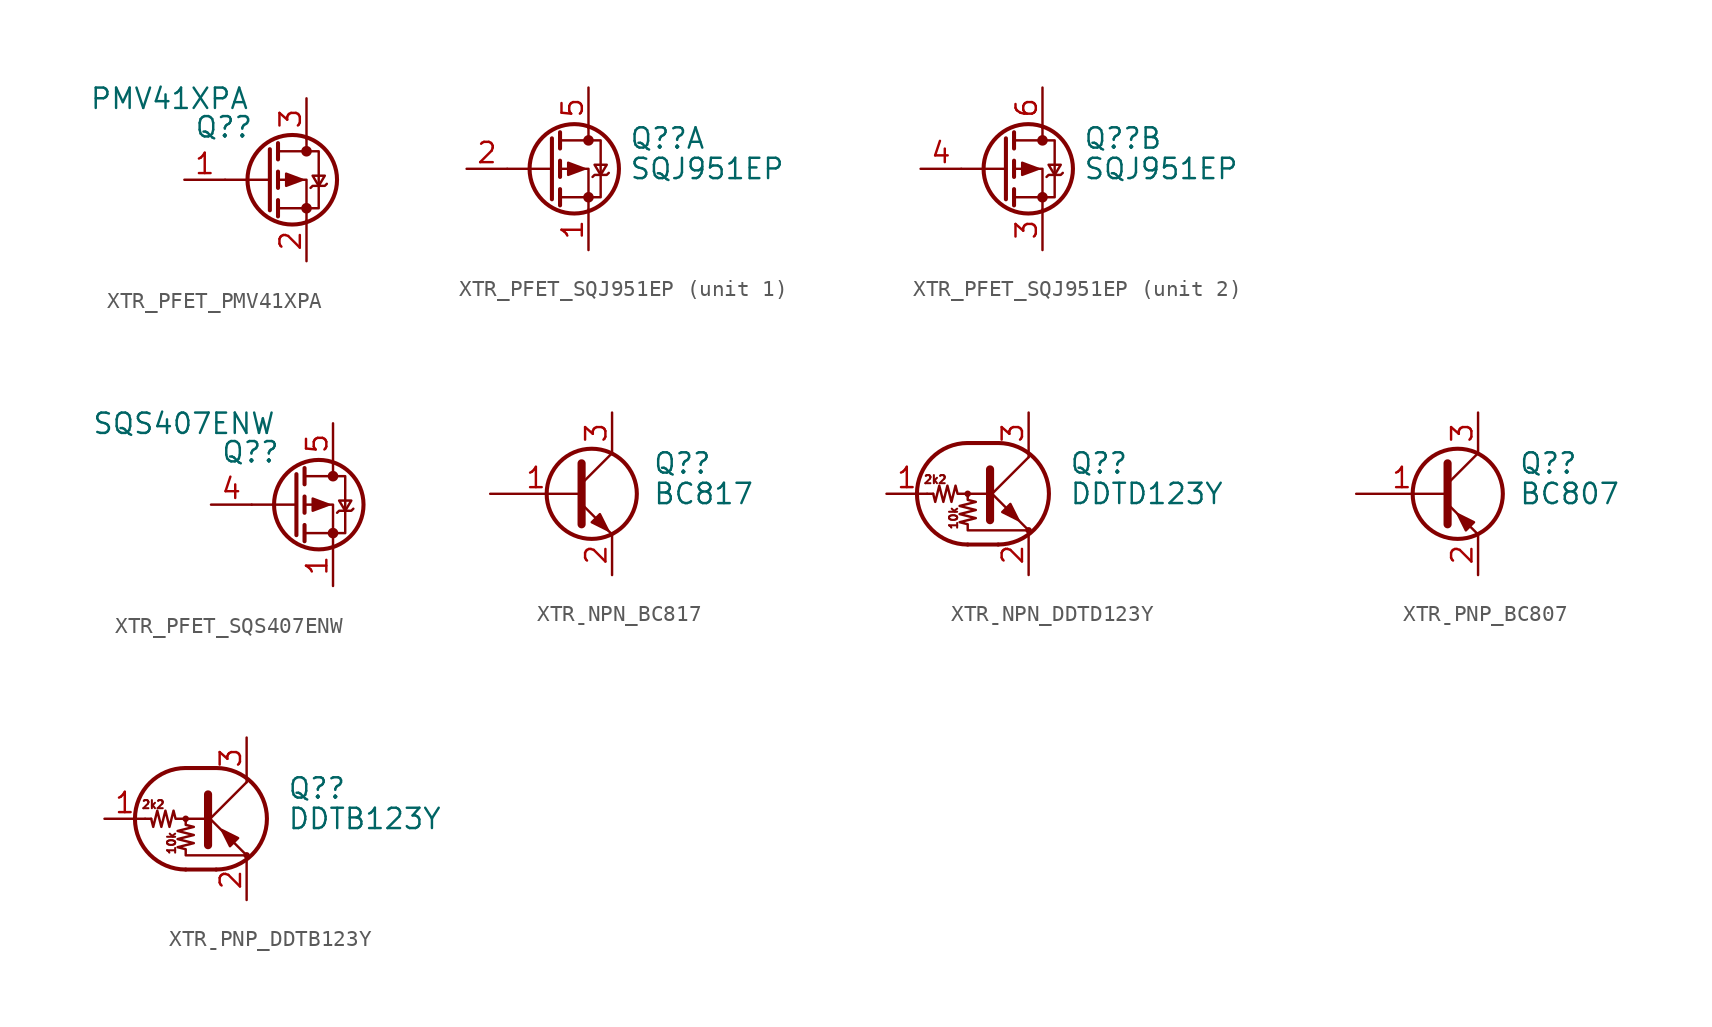
<source format=kicad_sym>
(kicad_symbol_lib
  (version 20231120)
  (generator "kicad_symbol_editor")
  (generator_version "8.0")
  (symbol "XTR_PFET_PMV41XPA"
    (pin_names hide)
    (property "Reference" "Q?"
      (at -0.762 2.54 0)
      (effects (font (size 1.27 1.27)) (justify right bottom)))
    (property "Value" "PMV41XPA"
      (at -1.016 4.318 0)
      (effects (font (size 1.27 1.27)) (justify right bottom)))
    (symbol "XTR_PFET_PMV41XPA_0_1"
      (polyline (pts (xy 0.254 0) (xy -2.54 0)) (stroke (width 0) (type default)) (fill (type none)))
      (polyline (pts (xy 0.254 1.905) (xy 0.254 -1.905)) (stroke (width 0.254) (type default)) (fill (type none)))
      (polyline (pts (xy 0.762 -1.27) (xy 0.762 -2.286)) (stroke (width 0.254) (type default)) (fill (type none)))
      (polyline (pts (xy 0.762 0.508) (xy 0.762 -0.508)) (stroke (width 0.254) (type default)) (fill (type none)))
      (polyline (pts (xy 0.762 2.286) (xy 0.762 1.27)) (stroke (width 0.254) (type default)) (fill (type none)))
      (polyline (pts (xy 2.54 2.54) (xy 2.54 1.778)) (stroke (width 0) (type default)) (fill (type none)))
      (polyline (pts (xy 2.54 -2.54) (xy 2.54 0) (xy 0.762 0)) (stroke (width 0) (type default)) (fill (type none)))
      (polyline (pts (xy 0.762 1.778) (xy 3.302 1.778) (xy 3.302 -1.778) (xy 0.762 -1.778)) (stroke (width 0) (type default)) (fill (type none)))
      (polyline (pts (xy 2.286 0) (xy 1.27 0.381) (xy 1.27 -0.381) (xy 2.286 0)) (stroke (width 0) (type default)) (fill (type outline)))
      (polyline (pts (xy 2.794 -0.508) (xy 2.921 -0.381) (xy 3.683 -0.381) (xy 3.81 -0.254)) (stroke (width 0) (type default)) (fill (type none)))
      (polyline (pts (xy 3.302 -0.381) (xy 2.921 0.254) (xy 3.683 0.254) (xy 3.302 -0.381)) (stroke (width 0) (type default)) (fill (type none)))
      (circle (center 1.651 0) (radius 2.794) (stroke (width 0.254) (type default)) (fill (type none)))
      (circle (center 2.54 -1.778) (radius 0.254) (stroke (width 0) (type default)) (fill (type outline)))
      (circle (center 2.54 1.778) (radius 0.254) (stroke (width 0) (type default)) (fill (type outline))))
    (symbol "XTR_PFET_PMV41XPA_1_1"
      (pin input line (at -5.08 0 0) (length 2.54) (name "G" (effects (font (size 1.27 1.27)))) (number "1" (effects (font (size 1.27 1.27)))))
      (pin passive line (at 2.54 -5.08 90) (length 2.54) (name "S" (effects (font (size 1.27 1.27)))) (number "2" (effects (font (size 1.27 1.27)))))
      (pin passive line (at 2.54 5.08 270) (length 2.54) (name "D" (effects (font (size 1.27 1.27)))) (number "3" (effects (font (size 1.27 1.27)))))))
  (symbol "XTR_PFET_SQJ951EP"
    (pin_names hide)
    (property "Reference" "Q?"
      (at 5.08 1.905 0)
      (effects (font (size 1.27 1.27)) (justify left)))
    (property "Value" "SQJ951EP"
      (at 5.08 0 0)
      (effects (font (size 1.27 1.27)) (justify left)))
    (symbol "XTR_PFET_SQJ951EP_0_1"
      (polyline (pts (xy 0.254 0) (xy -2.54 0)) (stroke (width 0) (type default)) (fill (type none)))
      (polyline (pts (xy 0.254 1.905) (xy 0.254 -1.905)) (stroke (width 0.254) (type default)) (fill (type none)))
      (polyline (pts (xy 0.762 -1.27) (xy 0.762 -2.286)) (stroke (width 0.254) (type default)) (fill (type none)))
      (polyline (pts (xy 0.762 0.508) (xy 0.762 -0.508)) (stroke (width 0.254) (type default)) (fill (type none)))
      (polyline (pts (xy 0.762 2.286) (xy 0.762 1.27)) (stroke (width 0.254) (type default)) (fill (type none)))
      (polyline (pts (xy 2.54 2.54) (xy 2.54 1.778)) (stroke (width 0) (type default)) (fill (type none)))
      (polyline (pts (xy 2.54 -2.54) (xy 2.54 0) (xy 0.762 0)) (stroke (width 0) (type default)) (fill (type none)))
      (polyline (pts (xy 0.762 1.778) (xy 3.302 1.778) (xy 3.302 -1.778) (xy 0.762 -1.778)) (stroke (width 0) (type default)) (fill (type none)))
      (polyline (pts (xy 2.286 0) (xy 1.27 0.381) (xy 1.27 -0.381) (xy 2.286 0)) (stroke (width 0) (type default)) (fill (type outline)))
      (polyline (pts (xy 2.794 -0.508) (xy 2.921 -0.381) (xy 3.683 -0.381) (xy 3.81 -0.254)) (stroke (width 0) (type default)) (fill (type none)))
      (polyline (pts (xy 3.302 -0.381) (xy 2.921 0.254) (xy 3.683 0.254) (xy 3.302 -0.381)) (stroke (width 0) (type default)) (fill (type none)))
      (circle (center 1.651 0) (radius 2.794) (stroke (width 0.254) (type default)) (fill (type none)))
      (circle (center 2.54 -1.778) (radius 0.254) (stroke (width 0) (type default)) (fill (type outline)))
      (circle (center 2.54 1.778) (radius 0.254) (stroke (width 0) (type default)) (fill (type outline))))
    (symbol "XTR_PFET_SQJ951EP_1_1"
      (pin passive line (at 2.54 -5.08 90) (length 2.54) (name "S1" (effects (font (size 1.27 1.27)))) (number "1" (effects (font (size 1.27 1.27)))))
      (pin input line (at -5.08 0 0) (length 2.54) (name "G1" (effects (font (size 1.27 1.27)))) (number "2" (effects (font (size 1.27 1.27)))))
      (pin passive line (at 2.54 5.08 270) (length 2.54) (name "D1" (effects (font (size 1.27 1.27)))) (number "5" (effects (font (size 1.27 1.27))))))
    (symbol "XTR_PFET_SQJ951EP_2_1"
      (pin passive line (at 2.54 -5.08 90) (length 2.54) (name "S2" (effects (font (size 1.27 1.27)))) (number "3" (effects (font (size 1.27 1.27)))))
      (pin input line (at -5.08 0 0) (length 2.54) (name "G2" (effects (font (size 1.27 1.27)))) (number "4" (effects (font (size 1.27 1.27)))))
      (pin passive line (at 2.54 5.08 270) (length 2.54) (name "D2" (effects (font (size 1.27 1.27)))) (number "6" (effects (font (size 1.27 1.27)))))))
  (symbol "XTR_PFET_SQS407ENW"
    (pin_names hide)
    (property "Reference" "Q?"
      (at -0.762 2.54 0)
      (effects (font (size 1.27 1.27)) (justify right bottom)))
    (property "Value" "SQS407ENW"
      (at -1.016 4.318 0)
      (effects (font (size 1.27 1.27)) (justify right bottom)))
    (symbol "XTR_PFET_SQS407ENW_0_1"
      (polyline (pts (xy 0.254 0) (xy -2.54 0)) (stroke (width 0) (type default)) (fill (type none)))
      (polyline (pts (xy 0.254 1.905) (xy 0.254 -1.905)) (stroke (width 0.254) (type default)) (fill (type none)))
      (polyline (pts (xy 0.762 -1.27) (xy 0.762 -2.286)) (stroke (width 0.254) (type default)) (fill (type none)))
      (polyline (pts (xy 0.762 0.508) (xy 0.762 -0.508)) (stroke (width 0.254) (type default)) (fill (type none)))
      (polyline (pts (xy 0.762 2.286) (xy 0.762 1.27)) (stroke (width 0.254) (type default)) (fill (type none)))
      (polyline (pts (xy 2.54 2.54) (xy 2.54 1.778)) (stroke (width 0) (type default)) (fill (type none)))
      (polyline (pts (xy 2.54 -2.54) (xy 2.54 0) (xy 0.762 0)) (stroke (width 0) (type default)) (fill (type none)))
      (polyline (pts (xy 0.762 1.778) (xy 3.302 1.778) (xy 3.302 -1.778) (xy 0.762 -1.778)) (stroke (width 0) (type default)) (fill (type none)))
      (polyline (pts (xy 2.286 0) (xy 1.27 0.381) (xy 1.27 -0.381) (xy 2.286 0)) (stroke (width 0) (type default)) (fill (type outline)))
      (polyline (pts (xy 2.794 -0.508) (xy 2.921 -0.381) (xy 3.683 -0.381) (xy 3.81 -0.254)) (stroke (width 0) (type default)) (fill (type none)))
      (polyline (pts (xy 3.302 -0.381) (xy 2.921 0.254) (xy 3.683 0.254) (xy 3.302 -0.381)) (stroke (width 0) (type default)) (fill (type none)))
      (circle (center 1.651 0) (radius 2.794) (stroke (width 0.254) (type default)) (fill (type none)))
      (circle (center 2.54 -1.778) (radius 0.254) (stroke (width 0) (type default)) (fill (type outline)))
      (circle (center 2.54 1.778) (radius 0.254) (stroke (width 0) (type default)) (fill (type outline))))
    (symbol "XTR_PFET_SQS407ENW_1_1"
      (pin input line (at 2.54 -5.08 90) (length 2.54) (name "G" (effects (font (size 1.27 1.27)))) (number "1" (effects (font (size 1.27 1.27)))))
      (pin passive line (at 2.54 -5.08 90) (length 2.54) hide (name "S" (effects (font (size 1.27 1.27)))) (number "2" (effects (font (size 1.27 1.27)))))
      (pin input line (at 2.54 -5.08 90) (length 2.54) hide (name "G" (effects (font (size 1.27 1.27)))) (number "3" (effects (font (size 1.27 1.27)))))
      (pin input line (at -5.08 0 0) (length 2.54) (name "G" (effects (font (size 1.27 1.27)))) (number "4" (effects (font (size 1.27 1.27)))))
      (pin passive line (at 2.54 5.08 270) (length 2.54) (name "D" (effects (font (size 1.27 1.27)))) (number "5" (effects (font (size 1.27 1.27)))))))
  (symbol "XTRˍNPN_BC817"
    (pin_names
      (offset 0) hide)
    (property "Reference" "Q?"
      (at 5.08 1.905 0)
      (effects (font (size 1.27 1.27)) (justify left)))
    (property "Value" "BC817"
      (at 5.08 0 0)
      (effects (font (size 1.27 1.27)) (justify left)))
    (symbol "XTRˍNPN_BC817_0_1"
      (polyline (pts (xy 0.635 0.635) (xy 2.54 2.54)) (stroke (width 0) (type default)) (fill (type none)))
      (polyline (pts (xy 0.635 -0.635) (xy 2.54 -2.54) (xy 2.54 -2.54)) (stroke (width 0) (type default)) (fill (type none)))
      (polyline (pts (xy 0.635 1.905) (xy 0.635 -1.905) (xy 0.635 -1.905)) (stroke (width 0.508) (type default)) (fill (type none)))
      (polyline (pts (xy 1.27 -1.778) (xy 1.778 -1.27) (xy 2.286 -2.286) (xy 1.27 -1.778) (xy 1.27 -1.778)) (stroke (width 0) (type default)) (fill (type outline)))
      (circle (center 1.27 0) (radius 2.819) (stroke (width 0.254) (type default)) (fill (type none))))
    (symbol "XTRˍNPN_BC817_1_1"
      (pin input line (at -5.08 0 0) (length 5.715) (name "B" (effects (font (size 1.27 1.27)))) (number "1" (effects (font (size 1.27 1.27)))))
      (pin passive line (at 2.54 -5.08 90) (length 2.54) (name "E" (effects (font (size 1.27 1.27)))) (number "2" (effects (font (size 1.27 1.27)))))
      (pin passive line (at 2.54 5.08 270) (length 2.54) (name "C" (effects (font (size 1.27 1.27)))) (number "3" (effects (font (size 1.27 1.27)))))))
  (symbol "XTRˍNPN_DDTD123Y"
    (pin_names
      (offset 0) hide)
    (property "Reference" "Q?"
      (at 5.08 1.905 0)
      (effects (font (size 1.27 1.27)) (justify left)))
    (property "Value" "DDTD123Y"
      (at 5.08 0 0)
      (effects (font (size 1.27 1.27)) (justify left)))
    (symbol "XTRˍNPN_DDTD123Y_0_0"
      (text "10k" (at -2.159 -1.524 900) (effects (font (size 0.508 0.508))))
      (text "2k2" (at -3.302 0.889 0) (effects (font (size 0.508 0.508)))))
    (symbol "XTRˍNPN_DDTD123Y_0_1"
      (circle (center -1.27 0) (radius 0.127) (stroke (width 0) (type default)) (fill (type none)))
      (arc (start -1.27 3.175) (mid -4.4312 0) (end -1.27 -3.175) (stroke (width 0.254) (type default)) (fill (type none)))
      (polyline (pts (xy -3.429 0) (xy -3.81 0)) (stroke (width 0) (type default)) (fill (type none)))
      (polyline (pts (xy -1.27 -3.175) (xy 0.635 -3.175)) (stroke (width 0.254) (type default)) (fill (type none)))
      (polyline (pts (xy -1.27 3.175) (xy 0.635 3.175)) (stroke (width 0.254) (type default)) (fill (type none)))
      (polyline (pts (xy 0 -0.254) (xy 2.54 2.286)) (stroke (width 0) (type default)) (fill (type none)))
      (polyline (pts (xy 0.127 1.524) (xy 0.127 -1.651)) (stroke (width 0.508) (type default)) (fill (type outline)))
      (polyline (pts (xy 2.54 2.286) (xy 2.54 2.54)) (stroke (width 0) (type default)) (fill (type none)))
      (polyline (pts (xy 2.54 -2.286) (xy 0 0.254) (xy 0 0.254)) (stroke (width 0) (type default)) (fill (type none)))
      (polyline (pts (xy 0.889 -1.143) (xy 1.397 -0.635) (xy 1.905 -1.651) (xy 0.889 -1.143)) (stroke (width 0) (type default)) (fill (type outline)))
      (polyline (pts (xy 0 0) (xy -1.905 0) (xy -2.032 0.508) (xy -2.286 -0.508) (xy -2.54 0.508) (xy -2.794 -0.508) (xy -3.048 0.508) (xy -3.302 -0.508) (xy -3.429 0)) (stroke (width 0) (type default)) (fill (type none)))
      (polyline (pts (xy -1.27 0) (xy -1.27 -0.381) (xy -0.762 -0.508) (xy -1.778 -0.762) (xy -0.762 -1.016) (xy -1.778 -1.27) (xy -0.762 -1.524) (xy -1.778 -1.778) (xy -1.27 -1.905) (xy -1.27 -2.286) (xy 2.54 -2.286)) (stroke (width 0) (type default)) (fill (type none)))
      (arc (start 0.635 -3.175) (mid 3.7962 0) (end 0.635 3.175) (stroke (width 0.254) (type default)) (fill (type none)))
      (circle (center 2.54 -2.286) (radius 0.127) (stroke (width 0) (type default)) (fill (type none))))
    (symbol "XTRˍNPN_DDTD123Y_1_1"
      (pin input line (at -6.35 0 0) (length 2.54) (name "B" (effects (font (size 1.27 1.27)))) (number "1" (effects (font (size 1.27 1.27)))))
      (pin passive line (at 2.54 -5.08 90) (length 2.54) (name "E" (effects (font (size 1.27 1.27)))) (number "2" (effects (font (size 1.27 1.27)))))
      (pin passive line (at 2.54 5.08 270) (length 2.54) (name "C" (effects (font (size 1.27 1.27)))) (number "3" (effects (font (size 1.27 1.27)))))))
  (symbol "XTRˍPNP_BC807"
    (pin_names
      (offset 0) hide)
    (property "Reference" "Q?"
      (at 5.08 1.905 0)
      (effects (font (size 1.27 1.27)) (justify left)))
    (property "Value" "BC807"
      (at 5.08 0 0)
      (effects (font (size 1.27 1.27)) (justify left)))
    (symbol "XTRˍPNP_BC807_0_1"
      (polyline (pts (xy 0.635 0.635) (xy 2.54 2.54)) (stroke (width 0) (type default)) (fill (type none)))
      (polyline (pts (xy 0.635 -0.635) (xy 2.54 -2.54) (xy 2.54 -2.54)) (stroke (width 0) (type default)) (fill (type none)))
      (polyline (pts (xy 0.635 1.905) (xy 0.635 -1.905) (xy 0.635 -1.905)) (stroke (width 0.508) (type default)) (fill (type none)))
      (polyline (pts (xy 2.286 -1.778) (xy 1.778 -2.286) (xy 1.27 -1.27) (xy 2.286 -1.778) (xy 2.286 -1.778)) (stroke (width 0) (type default)) (fill (type outline)))
      (circle (center 1.27 0) (radius 2.819) (stroke (width 0.254) (type default)) (fill (type none))))
    (symbol "XTRˍPNP_BC807_1_1"
      (pin input line (at -5.08 0 0) (length 5.715) (name "B" (effects (font (size 1.27 1.27)))) (number "1" (effects (font (size 1.27 1.27)))))
      (pin passive line (at 2.54 -5.08 90) (length 2.54) (name "E" (effects (font (size 1.27 1.27)))) (number "2" (effects (font (size 1.27 1.27)))))
      (pin passive line (at 2.54 5.08 270) (length 2.54) (name "C" (effects (font (size 1.27 1.27)))) (number "3" (effects (font (size 1.27 1.27)))))))
  (symbol "XTRˍPNP_DDTB123Y"
    (pin_names
      (offset 0) hide)
    (property "Reference" "Q?"
      (at 5.08 1.905 0)
      (effects (font (size 1.27 1.27)) (justify left)))
    (property "Value" "DDTB123Y"
      (at 5.08 0 0)
      (effects (font (size 1.27 1.27)) (justify left)))
    (symbol "XTRˍPNP_DDTB123Y_0_0"
      (text "10k" (at -2.159 -1.524 900) (effects (font (size 0.508 0.508))))
      (text "2k2" (at -3.302 0.889 0) (effects (font (size 0.508 0.508)))))
    (symbol "XTRˍPNP_DDTB123Y_0_1"
      (circle (center -1.27 0) (radius 0.127) (stroke (width 0) (type default)) (fill (type none)))
      (arc (start -1.27 3.175) (mid -4.4312 0) (end -1.27 -3.175) (stroke (width 0.254) (type default)) (fill (type none)))
      (polyline (pts (xy -3.429 0) (xy -3.81 0)) (stroke (width 0) (type default)) (fill (type none)))
      (polyline (pts (xy -1.27 -3.175) (xy 0.635 -3.175)) (stroke (width 0.254) (type default)) (fill (type none)))
      (polyline (pts (xy -1.27 3.175) (xy 0.635 3.175)) (stroke (width 0.254) (type default)) (fill (type none)))
      (polyline (pts (xy 0 -0.254) (xy 2.54 2.286)) (stroke (width 0) (type default)) (fill (type none)))
      (polyline (pts (xy 0.127 1.524) (xy 0.127 -1.651)) (stroke (width 0.508) (type default)) (fill (type outline)))
      (polyline (pts (xy 2.54 2.286) (xy 2.54 2.54)) (stroke (width 0) (type default)) (fill (type none)))
      (polyline (pts (xy 2.54 -2.286) (xy 0 0.254) (xy 0 0.254)) (stroke (width 0) (type default)) (fill (type none)))
      (polyline (pts (xy 2.007 -1.208) (xy 1.499 -1.716) (xy 0.991 -0.701) (xy 2.007 -1.208)) (stroke (width 0) (type default)) (fill (type outline)))
      (polyline (pts (xy 0 0) (xy -1.905 0) (xy -2.032 0.508) (xy -2.286 -0.508) (xy -2.54 0.508) (xy -2.794 -0.508) (xy -3.048 0.508) (xy -3.302 -0.508) (xy -3.429 0)) (stroke (width 0) (type default)) (fill (type none)))
      (polyline (pts (xy -1.27 0) (xy -1.27 -0.381) (xy -0.762 -0.508) (xy -1.778 -0.762) (xy -0.762 -1.016) (xy -1.778 -1.27) (xy -0.762 -1.524) (xy -1.778 -1.778) (xy -1.27 -1.905) (xy -1.27 -2.286) (xy 2.54 -2.286)) (stroke (width 0) (type default)) (fill (type none)))
      (arc (start 0.635 -3.175) (mid 3.7962 0) (end 0.635 3.175) (stroke (width 0.254) (type default)) (fill (type none)))
      (circle (center 2.54 -2.286) (radius 0.127) (stroke (width 0) (type default)) (fill (type none))))
    (symbol "XTRˍPNP_DDTB123Y_1_1"
      (pin input line (at -6.35 0 0) (length 2.54) (name "B" (effects (font (size 1.27 1.27)))) (number "1" (effects (font (size 1.27 1.27)))))
      (pin passive line (at 2.54 -5.08 90) (length 2.54) (name "E" (effects (font (size 1.27 1.27)))) (number "2" (effects (font (size 1.27 1.27)))))
      (pin passive line (at 2.54 5.08 270) (length 2.54) (name "C" (effects (font (size 1.27 1.27)))) (number "3" (effects (font (size 1.27 1.27))))))))
</source>
